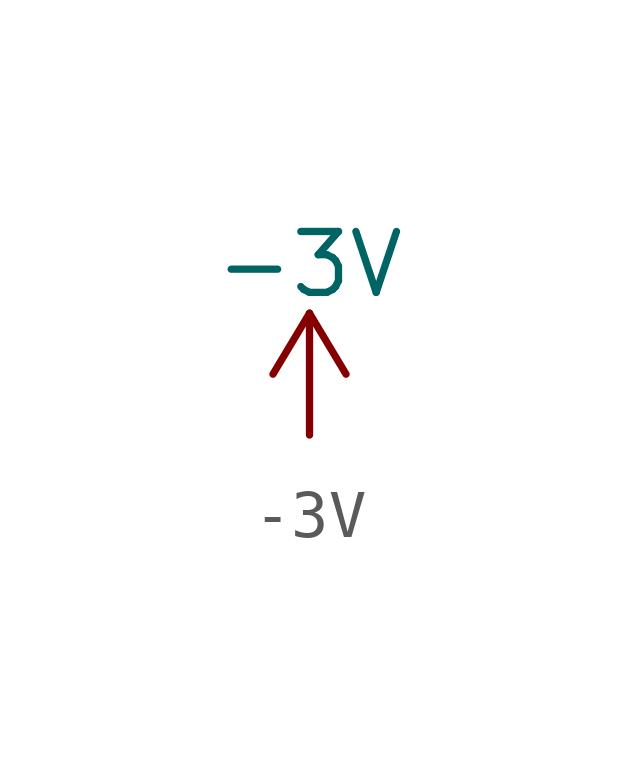
<source format=kicad_sym>
(kicad_symbol_lib
  (version 20211014)
  (generator kicad_symbol_editor)
  (symbol "-3V"
    (power)
    (pin_names
      (offset 0))
    (property "Reference" "#PWR"
      (at 0 -3.81 0)
      (effects (font (size 1.27 1.27)) hide))
    (property "Value" "-3V"
      (at 0 3.556 0)
      (effects (font (size 1.27 1.27))))
    (symbol "-3V_0_1"
      (polyline (pts (xy -0.762 1.27) (xy 0 2.54)) (stroke (width 0) (type default) (color 0 0 0 0)) (fill (type none)))
      (polyline (pts (xy 0 0) (xy 0 2.54)) (stroke (width 0) (type default) (color 0 0 0 0)) (fill (type none)))
      (polyline (pts (xy 0 2.54) (xy 0.762 1.27)) (stroke (width 0) (type default) (color 0 0 0 0)) (fill (type none))))
    (symbol "-3V_1_1"
      (pin power_in line (at 0 0 90) (length 0) hide (name "-3V0" (effects (font (size 1.27 1.27)))) (number "1" (effects (font (size 1.27 1.27))))))))
</source>
